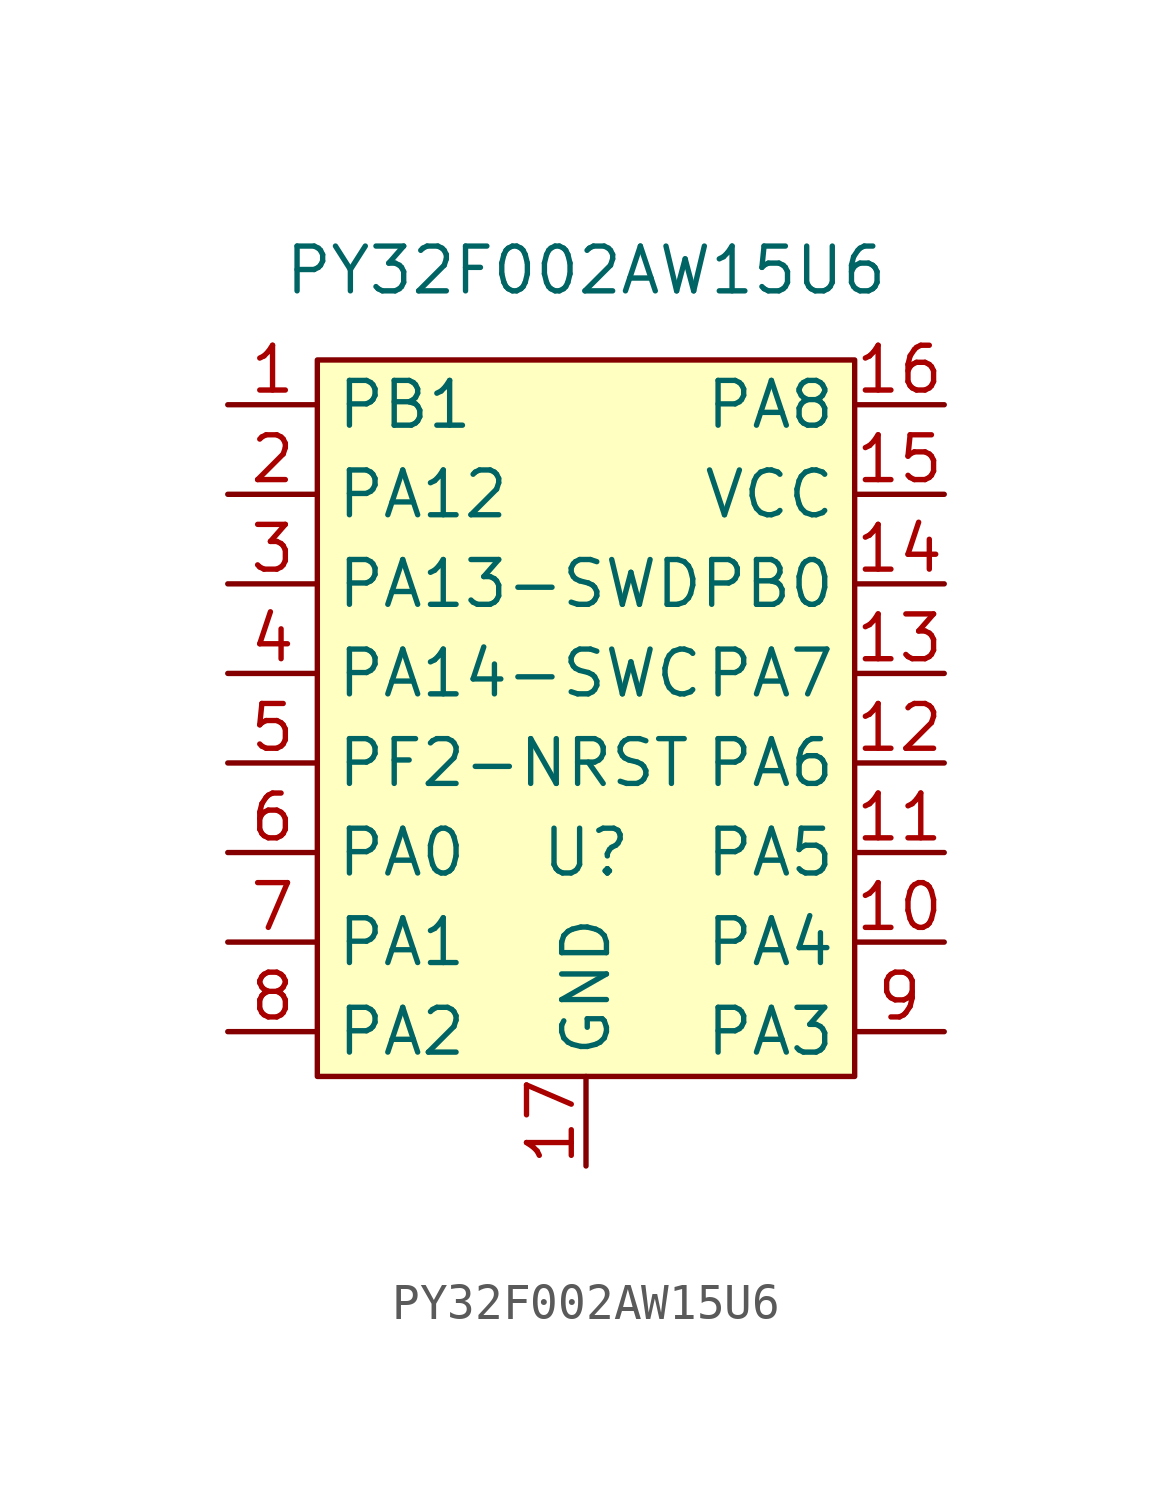
<source format=kicad_sym>
(kicad_symbol_lib
  (version 20211014)
  (generator kicad_symbol_editor)
  (symbol "PY32F002AW15U6"
    (property "Reference" "U"
      (at 0 -3.81 0)
      (effects (font (size 1.27 1.27))))
    (property "Value" "PY32F002AW15U6"
      (at 0 12.7 0)
      (effects (font (size 1.27 1.27))))
    (symbol "PY32F002AW15U6_0_1"
      (rectangle (start -7.62 10.16) (end 7.62 -10.16) (stroke (width 0) (type default) (color 0 0 0 0)) (fill (type background))))
    (symbol "PY32F002AW15U6_1_1"
      (pin bidirectional line (at -10.16 8.89 0) (length 2.54) (name "PB1" (effects (font (size 1.27 1.27)))) (number "1" (effects (font (size 1.27 1.27)))))
      (pin bidirectional line (at 10.16 -6.35 180) (length 2.54) (name "PA4" (effects (font (size 1.27 1.27)))) (number "10" (effects (font (size 1.27 1.27)))))
      (pin bidirectional line (at 10.16 -3.81 180) (length 2.54) (name "PA5" (effects (font (size 1.27 1.27)))) (number "11" (effects (font (size 1.27 1.27)))))
      (pin bidirectional line (at 10.16 -1.27 180) (length 2.54) (name "PA6" (effects (font (size 1.27 1.27)))) (number "12" (effects (font (size 1.27 1.27)))))
      (pin bidirectional line (at 10.16 1.27 180) (length 2.54) (name "PA7" (effects (font (size 1.27 1.27)))) (number "13" (effects (font (size 1.27 1.27)))))
      (pin bidirectional line (at 10.16 3.81 180) (length 2.54) (name "PB0" (effects (font (size 1.27 1.27)))) (number "14" (effects (font (size 1.27 1.27)))))
      (pin bidirectional line (at 10.16 6.35 180) (length 2.54) (name "VCC" (effects (font (size 1.27 1.27)))) (number "15" (effects (font (size 1.27 1.27)))))
      (pin bidirectional line (at 10.16 8.89 180) (length 2.54) (name "PA8" (effects (font (size 1.27 1.27)))) (number "16" (effects (font (size 1.27 1.27)))))
      (pin bidirectional line (at 0 -12.7 90) (length 2.54) (name "GND" (effects (font (size 1.27 1.27)))) (number "17" (effects (font (size 1.27 1.27)))))
      (pin bidirectional line (at -10.16 6.35 0) (length 2.54) (name "PA12" (effects (font (size 1.27 1.27)))) (number "2" (effects (font (size 1.27 1.27)))))
      (pin bidirectional line (at -10.16 3.81 0) (length 2.54) (name "PA13-SWD" (effects (font (size 1.27 1.27)))) (number "3" (effects (font (size 1.27 1.27)))))
      (pin bidirectional line (at -10.16 1.27 0) (length 2.54) (name "PA14-SWC" (effects (font (size 1.27 1.27)))) (number "4" (effects (font (size 1.27 1.27)))))
      (pin bidirectional line (at -10.16 -1.27 0) (length 2.54) (name "PF2-NRST" (effects (font (size 1.27 1.27)))) (number "5" (effects (font (size 1.27 1.27)))))
      (pin bidirectional line (at -10.16 -3.81 0) (length 2.54) (name "PA0" (effects (font (size 1.27 1.27)))) (number "6" (effects (font (size 1.27 1.27)))))
      (pin bidirectional line (at -10.16 -6.35 0) (length 2.54) (name "PA1" (effects (font (size 1.27 1.27)))) (number "7" (effects (font (size 1.27 1.27)))))
      (pin bidirectional line (at -10.16 -8.89 0) (length 2.54) (name "PA2" (effects (font (size 1.27 1.27)))) (number "8" (effects (font (size 1.27 1.27)))))
      (pin bidirectional line (at 10.16 -8.89 180) (length 2.54) (name "PA3" (effects (font (size 1.27 1.27)))) (number "9" (effects (font (size 1.27 1.27))))))))
</source>
